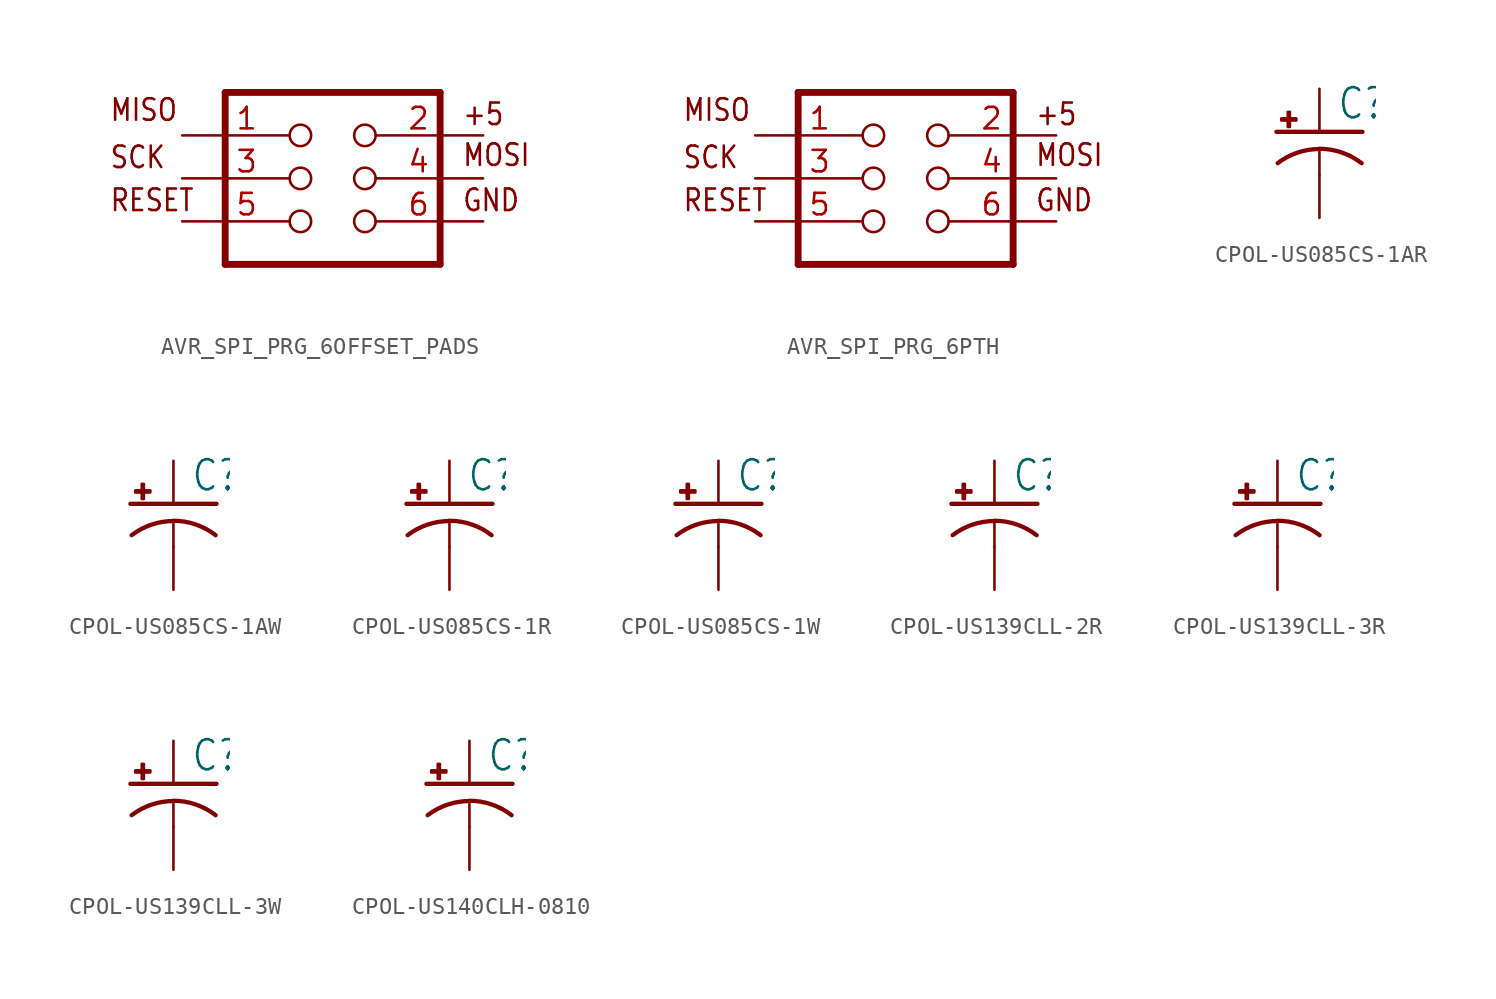
<source format=kicad_sym>
(kicad_symbol_lib
  (version 20231120)
  (generator "kicad_symbol_editor")
  (generator_version "8.0")
  (symbol "AVR_SPI_PRG_6OFFSET_PADS"
    (property "Reference" ""
      (at -4.318 5.842 0)
      (effects (font (size 1.778 1.511)) (justify left bottom) (hide yes)))
    (property "Value" ""
      (at -4.064 -7.62 0)
      (effects (font (size 1.778 1.511)) (justify left bottom)))
    (property "ki_locked" ""
      (at 0 0 0)
      (effects (font (size 1.27 1.27))))
    (symbol "AVR_SPI_PRG_6OFFSET_PADS_1_0"
      (polyline (pts (xy -5.08 -5.08) (xy 7.62 -5.08)) (stroke (width 0.406) (type solid)) (fill (type none)))
      (polyline (pts (xy -5.08 5.08) (xy -5.08 -5.08)) (stroke (width 0.406) (type solid)) (fill (type none)))
      (polyline (pts (xy 7.62 -5.08) (xy 7.62 5.08)) (stroke (width 0.406) (type solid)) (fill (type none)))
      (polyline (pts (xy 7.62 5.08) (xy -5.08 5.08)) (stroke (width 0.406) (type solid)) (fill (type none)))
      (text "+5" (at 8.89 3.048 0) (effects (font (size 1.27 1.079)) (justify left bottom)))
      (text "GND" (at 8.89 -2.032 0) (effects (font (size 1.27 1.079)) (justify left bottom)))
      (text "MISO" (at -11.938 3.302 0) (effects (font (size 1.27 1.079)) (justify left bottom)))
      (text "MOSI" (at 8.89 0.635 0) (effects (font (size 1.27 1.079)) (justify left bottom)))
      (text "RESET" (at -11.938 -2.032 0) (effects (font (size 1.27 1.079)) (justify left bottom)))
      (text "SCK" (at -11.938 0.508 0) (effects (font (size 1.27 1.079)) (justify left bottom)))
      (pin passive inverted (at -7.62 2.54 0) (length 7.62) (name "1" (effects (font (size 0 0)))) (number "1" (effects (font (size 1.27 1.27)))))
      (pin passive inverted (at 10.16 2.54 180) (length 7.62) (name "2" (effects (font (size 0 0)))) (number "2" (effects (font (size 1.27 1.27)))))
      (pin passive inverted (at -7.62 0 0) (length 7.62) (name "3" (effects (font (size 0 0)))) (number "3" (effects (font (size 1.27 1.27)))))
      (pin passive inverted (at 10.16 0 180) (length 7.62) (name "4" (effects (font (size 0 0)))) (number "4" (effects (font (size 1.27 1.27)))))
      (pin passive inverted (at -7.62 -2.54 0) (length 7.62) (name "5" (effects (font (size 0 0)))) (number "5" (effects (font (size 1.27 1.27)))))
      (pin passive inverted (at 10.16 -2.54 180) (length 7.62) (name "6" (effects (font (size 0 0)))) (number "6" (effects (font (size 1.27 1.27)))))))
  (symbol "AVR_SPI_PRG_6PTH"
    (property "Reference" ""
      (at -4.318 5.842 0)
      (effects (font (size 1.778 1.511)) (justify left bottom) (hide yes)))
    (property "Value" ""
      (at -4.064 -7.62 0)
      (effects (font (size 1.778 1.511)) (justify left bottom)))
    (property "ki_locked" ""
      (at 0 0 0)
      (effects (font (size 1.27 1.27))))
    (symbol "AVR_SPI_PRG_6PTH_1_0"
      (polyline (pts (xy -5.08 -5.08) (xy 7.62 -5.08)) (stroke (width 0.406) (type solid)) (fill (type none)))
      (polyline (pts (xy -5.08 5.08) (xy -5.08 -5.08)) (stroke (width 0.406) (type solid)) (fill (type none)))
      (polyline (pts (xy 7.62 -5.08) (xy 7.62 5.08)) (stroke (width 0.406) (type solid)) (fill (type none)))
      (polyline (pts (xy 7.62 5.08) (xy -5.08 5.08)) (stroke (width 0.406) (type solid)) (fill (type none)))
      (text "+5" (at 8.89 3.048 0) (effects (font (size 1.27 1.079)) (justify left bottom)))
      (text "GND" (at 8.89 -2.032 0) (effects (font (size 1.27 1.079)) (justify left bottom)))
      (text "MISO" (at -11.938 3.302 0) (effects (font (size 1.27 1.079)) (justify left bottom)))
      (text "MOSI" (at 8.89 0.635 0) (effects (font (size 1.27 1.079)) (justify left bottom)))
      (text "RESET" (at -11.938 -2.032 0) (effects (font (size 1.27 1.079)) (justify left bottom)))
      (text "SCK" (at -11.938 0.508 0) (effects (font (size 1.27 1.079)) (justify left bottom)))
      (pin passive inverted (at -7.62 2.54 0) (length 7.62) (name "1" (effects (font (size 0 0)))) (number "1" (effects (font (size 1.27 1.27)))))
      (pin passive inverted (at 10.16 2.54 180) (length 7.62) (name "2" (effects (font (size 0 0)))) (number "2" (effects (font (size 1.27 1.27)))))
      (pin passive inverted (at -7.62 0 0) (length 7.62) (name "3" (effects (font (size 0 0)))) (number "3" (effects (font (size 1.27 1.27)))))
      (pin passive inverted (at 10.16 0 180) (length 7.62) (name "4" (effects (font (size 0 0)))) (number "4" (effects (font (size 1.27 1.27)))))
      (pin passive inverted (at -7.62 -2.54 0) (length 7.62) (name "5" (effects (font (size 0 0)))) (number "5" (effects (font (size 1.27 1.27)))))
      (pin passive inverted (at 10.16 -2.54 180) (length 7.62) (name "6" (effects (font (size 0 0)))) (number "6" (effects (font (size 1.27 1.27)))))))
  (symbol "CPOL-US085CS-1AR"
    (property "Reference" "C"
      (at 1.016 0.635 0)
      (effects (font (size 1.778 1.511)) (justify left bottom)))
    (property "Value" ""
      (at 1.016 -4.191 0)
      (effects (font (size 1.778 1.511)) (justify left bottom)))
    (property "ki_locked" ""
      (at 0 0 0)
      (effects (font (size 1.27 1.27))))
    (symbol "CPOL-US085CS-1AR_1_0"
      (rectangle (start -2.253 0.668) (end -1.364 0.795) (stroke (width 0) (type default)) (fill (type outline)))
      (rectangle (start -1.872 0.287) (end -1.745 1.176) (stroke (width 0) (type default)) (fill (type outline)))
      (arc (start 0 -1.0161) (mid -1.3021 -1.2303) (end -2.4669 -1.8504) (stroke (width 0.254) (type solid)) (fill (type none)))
      (polyline (pts (xy -2.54 0) (xy 2.54 0)) (stroke (width 0.254) (type solid)) (fill (type none)))
      (polyline (pts (xy 0 -1.016) (xy 0 -2.54)) (stroke (width 0.152) (type solid)) (fill (type none)))
      (arc (start 2.4892 -1.8541) (mid 1.3158 -1.2194) (end 0 -1) (stroke (width 0.254) (type solid)) (fill (type none)))
      (pin passive line (at 0 2.54 270) (length 2.54) (name "+" (effects (font (size 0 0)))) (number "+" (effects (font (size 0 0)))))
      (pin passive line (at 0 -5.08 90) (length 2.54) (name "-" (effects (font (size 0 0)))) (number "-" (effects (font (size 0 0)))))))
  (symbol "CPOL-US085CS-1AW"
    (property "Reference" "C"
      (at 1.016 0.635 0)
      (effects (font (size 1.778 1.511)) (justify left bottom)))
    (property "Value" ""
      (at 1.016 -4.191 0)
      (effects (font (size 1.778 1.511)) (justify left bottom)))
    (property "ki_locked" ""
      (at 0 0 0)
      (effects (font (size 1.27 1.27))))
    (symbol "CPOL-US085CS-1AW_1_0"
      (rectangle (start -2.253 0.668) (end -1.364 0.795) (stroke (width 0) (type default)) (fill (type outline)))
      (rectangle (start -1.872 0.287) (end -1.745 1.176) (stroke (width 0) (type default)) (fill (type outline)))
      (arc (start 0 -1.0161) (mid -1.3021 -1.2303) (end -2.4669 -1.8504) (stroke (width 0.254) (type solid)) (fill (type none)))
      (polyline (pts (xy -2.54 0) (xy 2.54 0)) (stroke (width 0.254) (type solid)) (fill (type none)))
      (polyline (pts (xy 0 -1.016) (xy 0 -2.54)) (stroke (width 0.152) (type solid)) (fill (type none)))
      (arc (start 2.4892 -1.8541) (mid 1.3158 -1.2194) (end 0 -1) (stroke (width 0.254) (type solid)) (fill (type none)))
      (pin passive line (at 0 2.54 270) (length 2.54) (name "+" (effects (font (size 0 0)))) (number "+" (effects (font (size 0 0)))))
      (pin passive line (at 0 -5.08 90) (length 2.54) (name "-" (effects (font (size 0 0)))) (number "-" (effects (font (size 0 0)))))))
  (symbol "CPOL-US085CS-1R"
    (property "Reference" "C"
      (at 1.016 0.635 0)
      (effects (font (size 1.778 1.511)) (justify left bottom)))
    (property "Value" ""
      (at 1.016 -4.191 0)
      (effects (font (size 1.778 1.511)) (justify left bottom)))
    (property "ki_locked" ""
      (at 0 0 0)
      (effects (font (size 1.27 1.27))))
    (symbol "CPOL-US085CS-1R_1_0"
      (rectangle (start -2.253 0.668) (end -1.364 0.795) (stroke (width 0) (type default)) (fill (type outline)))
      (rectangle (start -1.872 0.287) (end -1.745 1.176) (stroke (width 0) (type default)) (fill (type outline)))
      (arc (start 0 -1.0161) (mid -1.3021 -1.2303) (end -2.4669 -1.8504) (stroke (width 0.254) (type solid)) (fill (type none)))
      (polyline (pts (xy -2.54 0) (xy 2.54 0)) (stroke (width 0.254) (type solid)) (fill (type none)))
      (polyline (pts (xy 0 -1.016) (xy 0 -2.54)) (stroke (width 0.152) (type solid)) (fill (type none)))
      (arc (start 2.4892 -1.8541) (mid 1.3158 -1.2194) (end 0 -1) (stroke (width 0.254) (type solid)) (fill (type none)))
      (pin passive line (at 0 2.54 270) (length 2.54) (name "+" (effects (font (size 0 0)))) (number "+" (effects (font (size 0 0)))))
      (pin passive line (at 0 -5.08 90) (length 2.54) (name "-" (effects (font (size 0 0)))) (number "-" (effects (font (size 0 0)))))))
  (symbol "CPOL-US085CS-1W"
    (property "Reference" "C"
      (at 1.016 0.635 0)
      (effects (font (size 1.778 1.511)) (justify left bottom)))
    (property "Value" ""
      (at 1.016 -4.191 0)
      (effects (font (size 1.778 1.511)) (justify left bottom)))
    (property "ki_locked" ""
      (at 0 0 0)
      (effects (font (size 1.27 1.27))))
    (symbol "CPOL-US085CS-1W_1_0"
      (rectangle (start -2.253 0.668) (end -1.364 0.795) (stroke (width 0) (type default)) (fill (type outline)))
      (rectangle (start -1.872 0.287) (end -1.745 1.176) (stroke (width 0) (type default)) (fill (type outline)))
      (arc (start 0 -1.0161) (mid -1.3021 -1.2303) (end -2.4669 -1.8504) (stroke (width 0.254) (type solid)) (fill (type none)))
      (polyline (pts (xy -2.54 0) (xy 2.54 0)) (stroke (width 0.254) (type solid)) (fill (type none)))
      (polyline (pts (xy 0 -1.016) (xy 0 -2.54)) (stroke (width 0.152) (type solid)) (fill (type none)))
      (arc (start 2.4892 -1.8541) (mid 1.3158 -1.2194) (end 0 -1) (stroke (width 0.254) (type solid)) (fill (type none)))
      (pin passive line (at 0 2.54 270) (length 2.54) (name "+" (effects (font (size 0 0)))) (number "+" (effects (font (size 0 0)))))
      (pin passive line (at 0 -5.08 90) (length 2.54) (name "-" (effects (font (size 0 0)))) (number "-" (effects (font (size 0 0)))))))
  (symbol "CPOL-US139CLL-2R"
    (property "Reference" "C"
      (at 1.016 0.635 0)
      (effects (font (size 1.778 1.511)) (justify left bottom)))
    (property "Value" ""
      (at 1.016 -4.191 0)
      (effects (font (size 1.778 1.511)) (justify left bottom)))
    (property "ki_locked" ""
      (at 0 0 0)
      (effects (font (size 1.27 1.27))))
    (symbol "CPOL-US139CLL-2R_1_0"
      (rectangle (start -2.253 0.668) (end -1.364 0.795) (stroke (width 0) (type default)) (fill (type outline)))
      (rectangle (start -1.872 0.287) (end -1.745 1.176) (stroke (width 0) (type default)) (fill (type outline)))
      (arc (start 0 -1.0161) (mid -1.3021 -1.2303) (end -2.4669 -1.8504) (stroke (width 0.254) (type solid)) (fill (type none)))
      (polyline (pts (xy -2.54 0) (xy 2.54 0)) (stroke (width 0.254) (type solid)) (fill (type none)))
      (polyline (pts (xy 0 -1.016) (xy 0 -2.54)) (stroke (width 0.152) (type solid)) (fill (type none)))
      (arc (start 2.4892 -1.8541) (mid 1.3158 -1.2194) (end 0 -1) (stroke (width 0.254) (type solid)) (fill (type none)))
      (pin passive line (at 0 2.54 270) (length 2.54) (name "+" (effects (font (size 0 0)))) (number "+" (effects (font (size 0 0)))))
      (pin passive line (at 0 -5.08 90) (length 2.54) (name "-" (effects (font (size 0 0)))) (number "-" (effects (font (size 0 0)))))))
  (symbol "CPOL-US139CLL-3R"
    (property "Reference" "C"
      (at 1.016 0.635 0)
      (effects (font (size 1.778 1.511)) (justify left bottom)))
    (property "Value" ""
      (at 1.016 -4.191 0)
      (effects (font (size 1.778 1.511)) (justify left bottom)))
    (property "ki_locked" ""
      (at 0 0 0)
      (effects (font (size 1.27 1.27))))
    (symbol "CPOL-US139CLL-3R_1_0"
      (rectangle (start -2.253 0.668) (end -1.364 0.795) (stroke (width 0) (type default)) (fill (type outline)))
      (rectangle (start -1.872 0.287) (end -1.745 1.176) (stroke (width 0) (type default)) (fill (type outline)))
      (arc (start 0 -1.0161) (mid -1.3021 -1.2303) (end -2.4669 -1.8504) (stroke (width 0.254) (type solid)) (fill (type none)))
      (polyline (pts (xy -2.54 0) (xy 2.54 0)) (stroke (width 0.254) (type solid)) (fill (type none)))
      (polyline (pts (xy 0 -1.016) (xy 0 -2.54)) (stroke (width 0.152) (type solid)) (fill (type none)))
      (arc (start 2.4892 -1.8541) (mid 1.3158 -1.2194) (end 0 -1) (stroke (width 0.254) (type solid)) (fill (type none)))
      (pin passive line (at 0 2.54 270) (length 2.54) (name "+" (effects (font (size 0 0)))) (number "+" (effects (font (size 0 0)))))
      (pin passive line (at 0 -5.08 90) (length 2.54) (name "-" (effects (font (size 0 0)))) (number "-" (effects (font (size 0 0)))))))
  (symbol "CPOL-US139CLL-3W"
    (property "Reference" "C"
      (at 1.016 0.635 0)
      (effects (font (size 1.778 1.511)) (justify left bottom)))
    (property "Value" ""
      (at 1.016 -4.191 0)
      (effects (font (size 1.778 1.511)) (justify left bottom)))
    (property "ki_locked" ""
      (at 0 0 0)
      (effects (font (size 1.27 1.27))))
    (symbol "CPOL-US139CLL-3W_1_0"
      (rectangle (start -2.253 0.668) (end -1.364 0.795) (stroke (width 0) (type default)) (fill (type outline)))
      (rectangle (start -1.872 0.287) (end -1.745 1.176) (stroke (width 0) (type default)) (fill (type outline)))
      (arc (start 0 -1.0161) (mid -1.3021 -1.2303) (end -2.4669 -1.8504) (stroke (width 0.254) (type solid)) (fill (type none)))
      (polyline (pts (xy -2.54 0) (xy 2.54 0)) (stroke (width 0.254) (type solid)) (fill (type none)))
      (polyline (pts (xy 0 -1.016) (xy 0 -2.54)) (stroke (width 0.152) (type solid)) (fill (type none)))
      (arc (start 2.4892 -1.8541) (mid 1.3158 -1.2194) (end 0 -1) (stroke (width 0.254) (type solid)) (fill (type none)))
      (pin passive line (at 0 2.54 270) (length 2.54) (name "+" (effects (font (size 0 0)))) (number "+" (effects (font (size 0 0)))))
      (pin passive line (at 0 -5.08 90) (length 2.54) (name "-" (effects (font (size 0 0)))) (number "-" (effects (font (size 0 0)))))))
  (symbol "CPOL-US140CLH-0810"
    (property "Reference" "C"
      (at 1.016 0.635 0)
      (effects (font (size 1.778 1.511)) (justify left bottom)))
    (property "Value" ""
      (at 1.016 -4.191 0)
      (effects (font (size 1.778 1.511)) (justify left bottom)))
    (property "ki_locked" ""
      (at 0 0 0)
      (effects (font (size 1.27 1.27))))
    (symbol "CPOL-US140CLH-0810_1_0"
      (rectangle (start -2.253 0.668) (end -1.364 0.795) (stroke (width 0) (type default)) (fill (type outline)))
      (rectangle (start -1.872 0.287) (end -1.745 1.176) (stroke (width 0) (type default)) (fill (type outline)))
      (arc (start 0 -1.0161) (mid -1.3021 -1.2303) (end -2.4669 -1.8504) (stroke (width 0.254) (type solid)) (fill (type none)))
      (polyline (pts (xy -2.54 0) (xy 2.54 0)) (stroke (width 0.254) (type solid)) (fill (type none)))
      (polyline (pts (xy 0 -1.016) (xy 0 -2.54)) (stroke (width 0.152) (type solid)) (fill (type none)))
      (arc (start 2.4892 -1.8541) (mid 1.3158 -1.2194) (end 0 -1) (stroke (width 0.254) (type solid)) (fill (type none)))
      (pin passive line (at 0 2.54 270) (length 2.54) (name "+" (effects (font (size 0 0)))) (number "+" (effects (font (size 0 0)))))
      (pin passive line (at 0 -5.08 90) (length 2.54) (name "-" (effects (font (size 0 0)))) (number "-" (effects (font (size 0 0))))))))
</source>
